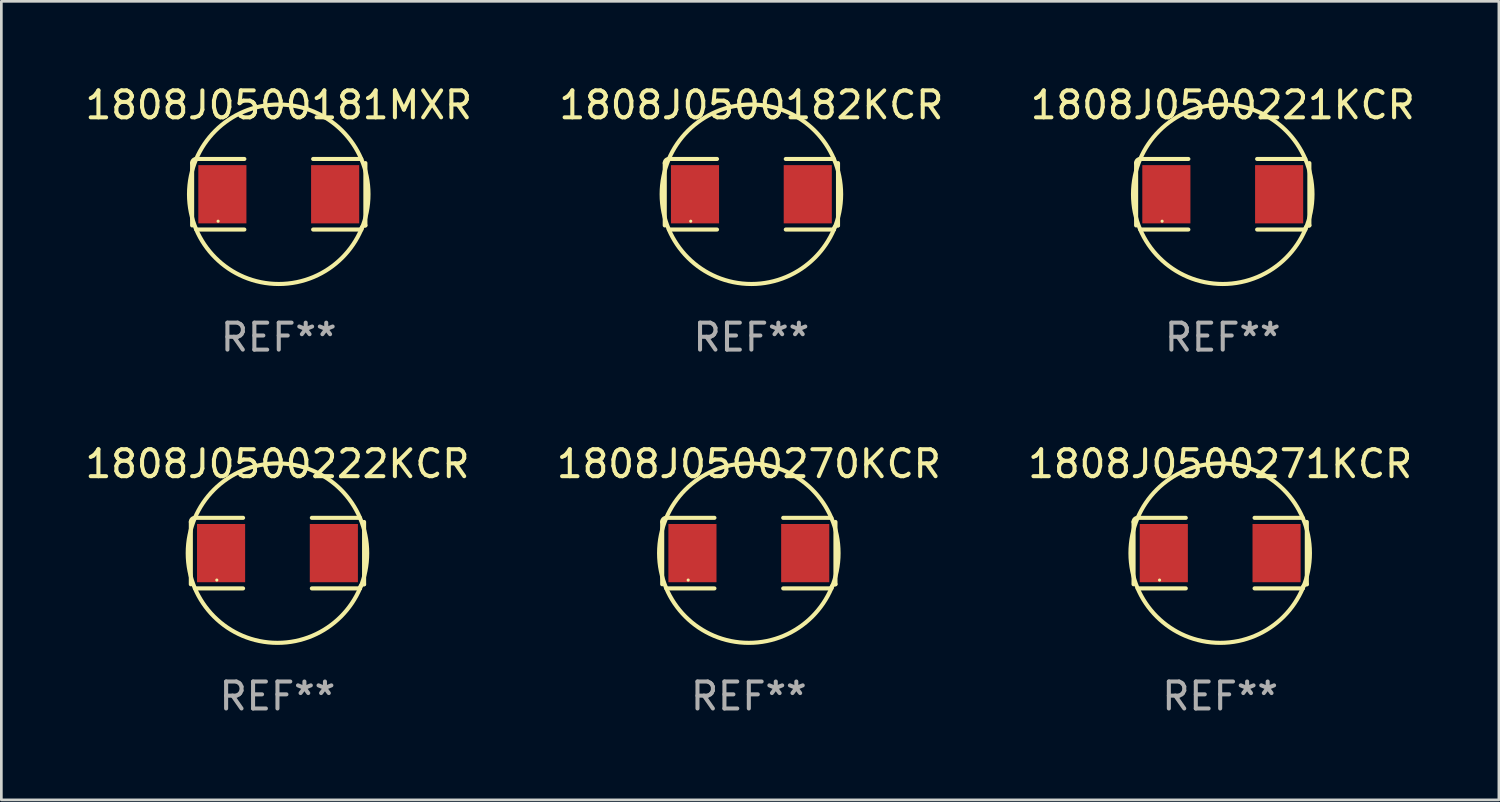
<source format=kicad_pcb>
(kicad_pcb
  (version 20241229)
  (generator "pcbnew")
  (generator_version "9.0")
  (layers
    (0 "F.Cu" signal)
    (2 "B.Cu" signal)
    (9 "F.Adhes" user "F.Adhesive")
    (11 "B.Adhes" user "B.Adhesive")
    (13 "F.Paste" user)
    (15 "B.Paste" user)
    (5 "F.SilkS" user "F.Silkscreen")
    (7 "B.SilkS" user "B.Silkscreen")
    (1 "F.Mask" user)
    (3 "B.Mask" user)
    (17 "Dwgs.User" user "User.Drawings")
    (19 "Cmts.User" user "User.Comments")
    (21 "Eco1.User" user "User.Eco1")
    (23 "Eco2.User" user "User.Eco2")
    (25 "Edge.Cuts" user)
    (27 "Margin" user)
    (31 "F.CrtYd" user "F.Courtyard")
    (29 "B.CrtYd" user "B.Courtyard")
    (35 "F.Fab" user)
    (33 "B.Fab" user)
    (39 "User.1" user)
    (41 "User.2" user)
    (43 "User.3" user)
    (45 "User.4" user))
  (footprint "1808J0500221KCR"
    (layer "F.Cu")
    (at 42.315 4.157)
    (property "Reference" "1808J0500221KCR" (at 0 -3.309 0) (layer "F.SilkS") (effects (font (size 1 1) (thickness 0.15))))
    (attr through_hole)
    (fp_line (start -3.214 -1.156) (end -3.214 1.156) (stroke (width 0.152) (type solid)) (layer "F.SilkS"))
    (fp_line (start -3.061 1.309) (end -1.276 1.309) (stroke (width 0.152) (type solid)) (layer "F.SilkS"))
    (fp_line (start -1.276 -1.309) (end -3.061 -1.309) (stroke (width 0.152) (type solid)) (layer "F.SilkS"))
    (fp_line (start 1.276 -1.309) (end 3.061 -1.309) (stroke (width 0.152) (type solid)) (layer "F.SilkS"))
    (fp_line (start 3.061 1.309) (end 1.276 1.309) (stroke (width 0.152) (type solid)) (layer "F.SilkS"))
    (fp_line (start 3.214 -1.156) (end 3.214 1.156) (stroke (width 0.152) (type solid)) (layer "F.SilkS"))
    (fp_arc (start -3.21359 -1.15621) (mid -3.168953 -1.263974) (end -3.061189 -1.308611) (stroke (width 0.1524) (type solid)) (layer "F.SilkS"))
    (fp_arc (start 3.061188 1.308611) (mid 3.105825 1.200847) (end 3.213589 1.15621) (stroke (width 0.1524) (type solid)) (layer "F.SilkS"))
    (fp_arc (start 3.061189 -1.308611) (mid -3.061167 1.308589) (end 3.061189 -1.308611) (stroke (width 0.1524) (type solid)) (layer "F.SilkS"))
    (fp_circle (center -2.25 1) (end -2.22 1) (stroke (width 0.06) (type solid)) (fill no) (layer "F.SilkS"))
    (fp_text user "REF**" (at 0 5.309 0) (layer "F.Fab") (effects (font (size 1 1) (thickness 0.15))))
    (pad "1" smd rect (at -2.092 0) (size 1.785 2.16) (layers "F.Cu" "F.Mask" "F.Paste"))
    (pad "2" smd rect (at 2.092 0) (size 1.785 2.16) (layers "F.Cu" "F.Mask" "F.Paste")))
  (footprint "1808J0500270KCR"
    (layer "F.Cu")
    (at 24.732 17.471)
    (property "Reference" "1808J0500270KCR" (at 0 -3.309 0) (layer "F.SilkS") (effects (font (size 1 1) (thickness 0.15))))
    (attr through_hole)
    (fp_line (start -3.214 -1.156) (end -3.214 1.156) (stroke (width 0.152) (type solid)) (layer "F.SilkS"))
    (fp_line (start -3.061 1.309) (end -1.276 1.309) (stroke (width 0.152) (type solid)) (layer "F.SilkS"))
    (fp_line (start -1.276 -1.309) (end -3.061 -1.309) (stroke (width 0.152) (type solid)) (layer "F.SilkS"))
    (fp_line (start 1.276 -1.309) (end 3.061 -1.309) (stroke (width 0.152) (type solid)) (layer "F.SilkS"))
    (fp_line (start 3.061 1.309) (end 1.276 1.309) (stroke (width 0.152) (type solid)) (layer "F.SilkS"))
    (fp_line (start 3.214 -1.156) (end 3.214 1.156) (stroke (width 0.152) (type solid)) (layer "F.SilkS"))
    (fp_arc (start -3.21359 -1.15621) (mid -3.168953 -1.263974) (end -3.061189 -1.308611) (stroke (width 0.1524) (type solid)) (layer "F.SilkS"))
    (fp_arc (start 3.061188 1.308611) (mid 3.105825 1.200847) (end 3.213589 1.15621) (stroke (width 0.1524) (type solid)) (layer "F.SilkS"))
    (fp_arc (start 3.061189 -1.308611) (mid -3.061167 1.308589) (end 3.061189 -1.308611) (stroke (width 0.1524) (type solid)) (layer "F.SilkS"))
    (fp_circle (center -2.25 1) (end -2.22 1) (stroke (width 0.06) (type solid)) (fill no) (layer "F.SilkS"))
    (fp_text user "REF**" (at 0 5.309 0) (layer "F.Fab") (effects (font (size 1 1) (thickness 0.15))))
    (pad "1" smd rect (at -2.092 0) (size 1.785 2.16) (layers "F.Cu" "F.Mask" "F.Paste"))
    (pad "2" smd rect (at 2.092 0) (size 1.785 2.16) (layers "F.Cu" "F.Mask" "F.Paste")))
  (footprint "1808J0500181MXR"
    (layer "F.Cu")
    (at 7.292 4.157)
    (property "Reference" "1808J0500181MXR" (at 0 -3.309 0) (layer "F.SilkS") (effects (font (size 1 1) (thickness 0.15))))
    (attr through_hole)
    (fp_line (start -3.214 -1.156) (end -3.214 1.156) (stroke (width 0.152) (type solid)) (layer "F.SilkS"))
    (fp_line (start -3.061 1.309) (end -1.276 1.309) (stroke (width 0.152) (type solid)) (layer "F.SilkS"))
    (fp_line (start -1.276 -1.309) (end -3.061 -1.309) (stroke (width 0.152) (type solid)) (layer "F.SilkS"))
    (fp_line (start 1.276 -1.309) (end 3.061 -1.309) (stroke (width 0.152) (type solid)) (layer "F.SilkS"))
    (fp_line (start 3.061 1.309) (end 1.276 1.309) (stroke (width 0.152) (type solid)) (layer "F.SilkS"))
    (fp_line (start 3.214 -1.156) (end 3.214 1.156) (stroke (width 0.152) (type solid)) (layer "F.SilkS"))
    (fp_arc (start -3.21359 -1.15621) (mid -3.168953 -1.263974) (end -3.061189 -1.308611) (stroke (width 0.1524) (type solid)) (layer "F.SilkS"))
    (fp_arc (start 3.061188 1.308611) (mid 3.105825 1.200847) (end 3.213589 1.15621) (stroke (width 0.1524) (type solid)) (layer "F.SilkS"))
    (fp_arc (start 3.061189 -1.308611) (mid -3.061167 1.308589) (end 3.061189 -1.308611) (stroke (width 0.1524) (type solid)) (layer "F.SilkS"))
    (fp_circle (center -2.25 1) (end -2.22 1) (stroke (width 0.06) (type solid)) (fill no) (layer "F.SilkS"))
    (fp_text user "REF**" (at 0 5.309 0) (layer "F.Fab") (effects (font (size 1 1) (thickness 0.15))))
    (pad "1" smd rect (at -2.092 0) (size 1.785 2.16) (layers "F.Cu" "F.Mask" "F.Paste"))
    (pad "2" smd rect (at 2.092 0) (size 1.785 2.16) (layers "F.Cu" "F.Mask" "F.Paste")))
  (footprint "1808J0500271KCR"
    (layer "F.Cu")
    (at 42.22 17.471)
    (property "Reference" "1808J0500271KCR" (at 0 -3.309 0) (layer "F.SilkS") (effects (font (size 1 1) (thickness 0.15))))
    (attr through_hole)
    (fp_line (start -3.214 -1.156) (end -3.214 1.156) (stroke (width 0.152) (type solid)) (layer "F.SilkS"))
    (fp_line (start -3.061 1.309) (end -1.276 1.309) (stroke (width 0.152) (type solid)) (layer "F.SilkS"))
    (fp_line (start -1.276 -1.309) (end -3.061 -1.309) (stroke (width 0.152) (type solid)) (layer "F.SilkS"))
    (fp_line (start 1.276 -1.309) (end 3.061 -1.309) (stroke (width 0.152) (type solid)) (layer "F.SilkS"))
    (fp_line (start 3.061 1.309) (end 1.276 1.309) (stroke (width 0.152) (type solid)) (layer "F.SilkS"))
    (fp_line (start 3.214 -1.156) (end 3.214 1.156) (stroke (width 0.152) (type solid)) (layer "F.SilkS"))
    (fp_arc (start -3.21359 -1.15621) (mid -3.168953 -1.263974) (end -3.061189 -1.308611) (stroke (width 0.1524) (type solid)) (layer "F.SilkS"))
    (fp_arc (start 3.061188 1.308611) (mid 3.105825 1.200847) (end 3.213589 1.15621) (stroke (width 0.1524) (type solid)) (layer "F.SilkS"))
    (fp_arc (start 3.061189 -1.308611) (mid -3.061167 1.308589) (end 3.061189 -1.308611) (stroke (width 0.1524) (type solid)) (layer "F.SilkS"))
    (fp_circle (center -2.25 1) (end -2.22 1) (stroke (width 0.06) (type solid)) (fill no) (layer "F.SilkS"))
    (fp_text user "REF**" (at 0 5.309 0) (layer "F.Fab") (effects (font (size 1 1) (thickness 0.15))))
    (pad "1" smd rect (at -2.092 0) (size 1.785 2.16) (layers "F.Cu" "F.Mask" "F.Paste"))
    (pad "2" smd rect (at 2.092 0) (size 1.785 2.16) (layers "F.Cu" "F.Mask" "F.Paste")))
  (footprint "1808J0500222KCR"
    (layer "F.Cu")
    (at 7.244 17.471)
    (property "Reference" "1808J0500222KCR" (at 0 -3.309 0) (layer "F.SilkS") (effects (font (size 1 1) (thickness 0.15))))
    (attr through_hole)
    (fp_line (start -3.214 -1.156) (end -3.214 1.156) (stroke (width 0.152) (type solid)) (layer "F.SilkS"))
    (fp_line (start -3.061 1.309) (end -1.276 1.309) (stroke (width 0.152) (type solid)) (layer "F.SilkS"))
    (fp_line (start -1.276 -1.309) (end -3.061 -1.309) (stroke (width 0.152) (type solid)) (layer "F.SilkS"))
    (fp_line (start 1.276 -1.309) (end 3.061 -1.309) (stroke (width 0.152) (type solid)) (layer "F.SilkS"))
    (fp_line (start 3.061 1.309) (end 1.276 1.309) (stroke (width 0.152) (type solid)) (layer "F.SilkS"))
    (fp_line (start 3.214 -1.156) (end 3.214 1.156) (stroke (width 0.152) (type solid)) (layer "F.SilkS"))
    (fp_arc (start -3.21359 -1.15621) (mid -3.168953 -1.263974) (end -3.061189 -1.308611) (stroke (width 0.1524) (type solid)) (layer "F.SilkS"))
    (fp_arc (start 3.061188 1.308611) (mid 3.105825 1.200847) (end 3.213589 1.15621) (stroke (width 0.1524) (type solid)) (layer "F.SilkS"))
    (fp_arc (start 3.061189 -1.308611) (mid -3.061167 1.308589) (end 3.061189 -1.308611) (stroke (width 0.1524) (type solid)) (layer "F.SilkS"))
    (fp_circle (center -2.25 1) (end -2.22 1) (stroke (width 0.06) (type solid)) (fill no) (layer "F.SilkS"))
    (fp_text user "REF**" (at 0 5.309 0) (layer "F.Fab") (effects (font (size 1 1) (thickness 0.15))))
    (pad "1" smd rect (at -2.092 0) (size 1.785 2.16) (layers "F.Cu" "F.Mask" "F.Paste"))
    (pad "2" smd rect (at 2.092 0) (size 1.785 2.16) (layers "F.Cu" "F.Mask" "F.Paste")))
  (footprint "1808J0500182KCR"
    (layer "F.Cu")
    (at 24.827 4.157)
    (property "Reference" "1808J0500182KCR" (at 0 -3.309 0) (layer "F.SilkS") (effects (font (size 1 1) (thickness 0.15))))
    (attr through_hole)
    (fp_line (start -3.214 -1.156) (end -3.214 1.156) (stroke (width 0.152) (type solid)) (layer "F.SilkS"))
    (fp_line (start -3.061 1.309) (end -1.276 1.309) (stroke (width 0.152) (type solid)) (layer "F.SilkS"))
    (fp_line (start -1.276 -1.309) (end -3.061 -1.309) (stroke (width 0.152) (type solid)) (layer "F.SilkS"))
    (fp_line (start 1.276 -1.309) (end 3.061 -1.309) (stroke (width 0.152) (type solid)) (layer "F.SilkS"))
    (fp_line (start 3.061 1.309) (end 1.276 1.309) (stroke (width 0.152) (type solid)) (layer "F.SilkS"))
    (fp_line (start 3.214 -1.156) (end 3.214 1.156) (stroke (width 0.152) (type solid)) (layer "F.SilkS"))
    (fp_arc (start -3.21359 -1.15621) (mid -3.168953 -1.263974) (end -3.061189 -1.308611) (stroke (width 0.1524) (type solid)) (layer "F.SilkS"))
    (fp_arc (start 3.061188 1.308611) (mid 3.105825 1.200847) (end 3.213589 1.15621) (stroke (width 0.1524) (type solid)) (layer "F.SilkS"))
    (fp_arc (start 3.061189 -1.308611) (mid -3.061167 1.308589) (end 3.061189 -1.308611) (stroke (width 0.1524) (type solid)) (layer "F.SilkS"))
    (fp_circle (center -2.25 1) (end -2.22 1) (stroke (width 0.06) (type solid)) (fill no) (layer "F.SilkS"))
    (fp_text user "REF**" (at 0 5.309 0) (layer "F.Fab") (effects (font (size 1 1) (thickness 0.15))))
    (pad "1" smd rect (at -2.092 0) (size 1.785 2.16) (layers "F.Cu" "F.Mask" "F.Paste"))
    (pad "2" smd rect (at 2.092 0) (size 1.785 2.16) (layers "F.Cu" "F.Mask" "F.Paste")))
  (gr_rect
    (start -3 -3)
    (end 52.56 26.627)
    (stroke (width 0.1) (type default))
    (fill no)
    (layer "Edge.Cuts")))
</source>
